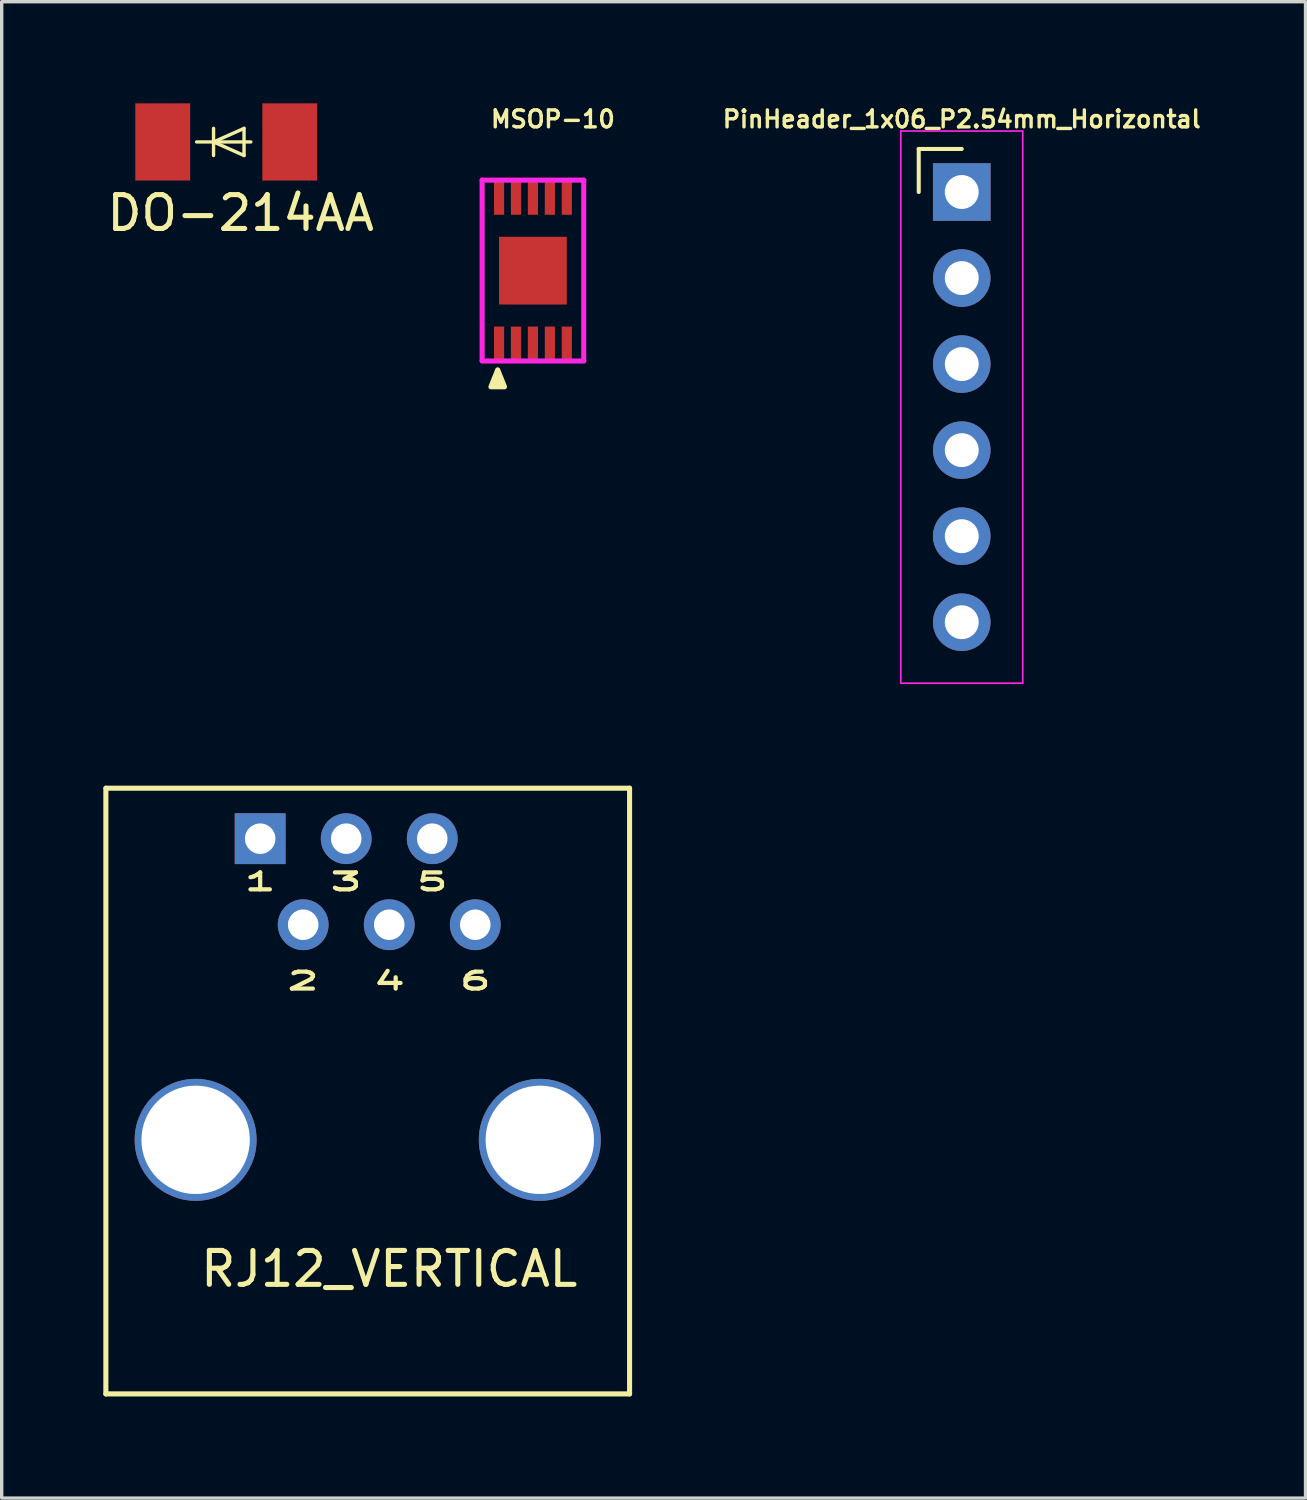
<source format=kicad_pcb>
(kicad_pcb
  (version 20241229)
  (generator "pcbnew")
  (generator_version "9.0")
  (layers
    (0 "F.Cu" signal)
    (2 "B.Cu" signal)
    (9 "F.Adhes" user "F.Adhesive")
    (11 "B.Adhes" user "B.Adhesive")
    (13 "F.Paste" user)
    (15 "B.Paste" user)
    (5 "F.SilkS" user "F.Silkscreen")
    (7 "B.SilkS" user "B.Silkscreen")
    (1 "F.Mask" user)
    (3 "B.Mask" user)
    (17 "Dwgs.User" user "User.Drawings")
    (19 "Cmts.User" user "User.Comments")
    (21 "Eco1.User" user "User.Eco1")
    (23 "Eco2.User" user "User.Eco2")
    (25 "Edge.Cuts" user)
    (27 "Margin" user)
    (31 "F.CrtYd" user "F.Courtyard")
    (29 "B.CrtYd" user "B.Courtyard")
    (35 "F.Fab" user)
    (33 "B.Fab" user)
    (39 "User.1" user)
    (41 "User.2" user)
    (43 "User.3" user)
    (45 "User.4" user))
  (footprint "RJ12_VERTICAL"
    (layer "F.Cu")
    (at 4.63 21.708)
    (property "Reference" "RJ12_VERTICAL" (at 3.81 12.7 0) (layer "F.SilkS") (effects (font (size 1 1) (thickness 0.15))))
    (attr through_hole)
    (fp_line (start -4.555 16.39) (end -4.555 -1.49) (stroke (width 0.15) (type solid)) (layer "F.SilkS"))
    (fp_line (start -4.555 16.39) (end 10.905 16.39) (stroke (width 0.15) (type solid)) (layer "F.SilkS"))
    (fp_line (start -4.55 -1.49) (end 10.905 -1.49) (stroke (width 0.15) (type solid)) (layer "F.SilkS"))
    (fp_line (start 10.905 16.39) (end 10.905 -1.49) (stroke (width 0.15) (type solid)) (layer "F.SilkS"))
    (fp_text user "5" (at 5.08 1.27 0) (layer "F.SilkS") (effects (font (size 0.5 1) (thickness 0.125))))
    (fp_text user "3" (at 2.54 1.27 0) (layer "F.SilkS") (effects (font (size 0.5 1) (thickness 0.125))))
    (fp_text user "6" (at 6.35 4.2 0) (layer "F.SilkS") (effects (font (size 0.5 1) (thickness 0.125))))
    (fp_text user "1" (at 0 1.27 0) (layer "F.SilkS") (effects (font (size 0.5 1) (thickness 0.125))))
    (fp_text user "4" (at 3.81 4.2 0) (layer "F.SilkS") (effects (font (size 0.5 1) (thickness 0.125))))
    (fp_text user "2" (at 1.27 4.2 0) (layer "F.SilkS") (effects (font (size 0.5 1) (thickness 0.125))))
    (pad "" thru_hole circle (at -1.905 8.89) (size 3.6 3.6) (drill 3.2) (layers "*.Cu" "*.Mask"))
    (pad "" thru_hole circle (at 8.255 8.89) (size 3.6 3.6) (drill 3.2) (layers "*.Cu" "*.Mask"))
    (pad "1" thru_hole rect (at 0 0) (size 1.5 1.5) (drill 0.9) (layers "*.Cu" "*.Mask"))
    (pad "2" thru_hole circle (at 1.27 2.54) (size 1.5 1.5) (drill 0.9) (layers "*.Cu" "*.Mask"))
    (pad "3" thru_hole circle (at 2.54 0) (size 1.5 1.5) (drill 0.9) (layers "*.Cu" "*.Mask"))
    (pad "4" thru_hole circle (at 3.81 2.54) (size 1.5 1.5) (drill 0.9) (layers "*.Cu" "*.Mask"))
    (pad "5" thru_hole circle (at 5.08 0) (size 1.5 1.5) (drill 0.9) (layers "*.Cu" "*.Mask"))
    (pad "6" thru_hole circle (at 6.35 2.54) (size 1.5 1.5) (drill 0.9) (layers "*.Cu" "*.Mask")))
  (footprint "MSOP-10"
    (layer "F.Cu")
    (at 13.842 2.268)
    (property "Reference" "MSOP-10" (at -0.57 -1.8 0) (layer "F.SilkS") (effects (font (size 0.5 0.5) (thickness 0.1))))
    (attr through_hole)
    (fp_poly (pts (xy -2.2 5.6) (xy -2.4 6.1) (xy -2 6.1)) (stroke (width 0.15) (type solid)) (fill yes) (layer "F.SilkS"))
    (fp_line (start -2.66 0) (end -2.66 5.33) (stroke (width 0.15) (type solid)) (layer "F.CrtYd"))
    (fp_line (start -2.66 0) (end 0.34 0) (stroke (width 0.15) (type solid)) (layer "F.CrtYd"))
    (fp_line (start -2.66 5.338) (end 0.34 5.338) (stroke (width 0.15) (type solid)) (layer "F.CrtYd"))
    (fp_line (start 0.34 0) (end 0.34 5.33) (stroke (width 0.15) (type solid)) (layer "F.CrtYd"))
    (pad "1" smd rect (at -2.16 4.83) (size 0.3 1.016) (layers "F.Cu" "F.Mask" "F.Paste"))
    (pad "2" smd rect (at -1.66 4.83) (size 0.3 1.016) (layers "F.Cu" "F.Mask" "F.Paste"))
    (pad "3" smd rect (at -1.16 4.83) (size 0.3 1.016) (layers "F.Cu" "F.Mask" "F.Paste"))
    (pad "4" smd rect (at -0.66 4.83) (size 0.3 1.016) (layers "F.Cu" "F.Mask" "F.Paste"))
    (pad "5" smd rect (at -0.16 4.83) (size 0.3 1.016) (layers "F.Cu" "F.Mask" "F.Paste"))
    (pad "6" smd rect (at -0.16 0.514) (size 0.3 1.016) (layers "F.Cu" "F.Mask" "F.Paste"))
    (pad "7" smd rect (at -0.66 0.514) (size 0.3 1.016) (layers "F.Cu" "F.Mask" "F.Paste"))
    (pad "8" smd rect (at -1.16 0.514) (size 0.3 1.016) (layers "F.Cu" "F.Mask" "F.Paste"))
    (pad "9" smd rect (at -1.66 0.514) (size 0.3 1.016) (layers "F.Cu" "F.Mask" "F.Paste"))
    (pad "10" smd rect (at -2.16 0.514) (size 0.3 1.016) (layers "F.Cu" "F.Mask" "F.Paste"))
    (pad "11" smd rect (at -1.16 2.672) (size 2 2) (layers "F.Cu" "F.Mask" "F.Paste")))
  (footprint "DO-214AA"
    (layer "F.Cu")
    (at 1.754 1.14)
    (property "Reference" "DO-214AA" (at 2.3 2.1 0) (layer "F.SilkS") (effects (font (size 1 1) (thickness 0.15))))
    (attr through_hole)
    (fp_line (start 1 0) (end 2.4 0) (stroke (width 0.1) (type solid)) (layer "F.SilkS"))
    (fp_line (start 1.5 -0.4) (end 1.5 0) (stroke (width 0.1) (type solid)) (layer "F.SilkS"))
    (fp_line (start 1.5 0) (end 1.5 0.4) (stroke (width 0.1) (type solid)) (layer "F.SilkS"))
    (fp_line (start 1.5 0) (end 2.4 0.4) (stroke (width 0.1) (type solid)) (layer "F.SilkS"))
    (fp_line (start 2.4 -0.4) (end 1.5 0) (stroke (width 0.1) (type solid)) (layer "F.SilkS"))
    (fp_line (start 2.4 0) (end 2.4 -0.4) (stroke (width 0.1) (type solid)) (layer "F.SilkS"))
    (fp_line (start 2.4 0) (end 2.6 0) (stroke (width 0.1) (type solid)) (layer "F.SilkS"))
    (fp_line (start 2.4 0.4) (end 2.4 0) (stroke (width 0.1) (type solid)) (layer "F.SilkS"))
    (pad "1" smd rect (at 0 0) (size 1.62 2.28) (layers "F.Cu" "F.Mask" "F.Paste"))
    (pad "2" smd rect (at 3.75 0) (size 1.62 2.28) (layers "F.Cu" "F.Mask" "F.Paste")))
  (footprint "PinHeader_1x06_P2.54mm_Horizontal"
    (layer "F.Cu")
    (at 25.341 2.618)
    (property "Reference" "PinHeader_1x06_P2.54mm_Horizontal" (at 0 -2.15 0) (layer "F.SilkS") (effects (font (size 0.5 0.5) (thickness 0.1))))
    (attr through_hole)
    (fp_line (start -1.27 -1.27) (end 0 -1.27) (stroke (width 0.12) (type solid)) (layer "F.SilkS"))
    (fp_line (start -1.27 0) (end -1.27 -1.27) (stroke (width 0.12) (type solid)) (layer "F.SilkS"))
    (fp_line (start -1.8 -1.8) (end -1.8 14.5) (stroke (width 0.05) (type solid)) (layer "F.CrtYd"))
    (fp_line (start -1.8 -1.8) (end 1.8 -1.8) (stroke (width 0.05) (type solid)) (layer "F.CrtYd"))
    (fp_line (start -1.8 14.5) (end 1.8 14.5) (stroke (width 0.05) (type solid)) (layer "F.CrtYd"))
    (fp_line (start 1.8 -1.8) (end 1.8 14.5) (stroke (width 0.05) (type solid)) (layer "F.CrtYd"))
    (fp_line (start -0.32 -0.32) (end -0.32 0.32) (stroke (width 0.1) (type solid)) (layer "F.Fab"))
    (fp_line (start -0.32 2.22) (end -0.32 2.86) (stroke (width 0.1) (type solid)) (layer "F.Fab"))
    (fp_line (start -0.32 4.76) (end -0.32 5.4) (stroke (width 0.1) (type solid)) (layer "F.Fab"))
    (fp_line (start -0.32 7.3) (end -0.32 7.94) (stroke (width 0.1) (type solid)) (layer "F.Fab"))
    (fp_line (start -0.32 9.84) (end -0.32 10.48) (stroke (width 0.1) (type solid)) (layer "F.Fab"))
    (fp_line (start -0.32 12.38) (end -0.32 13.02) (stroke (width 0.1) (type solid)) (layer "F.Fab"))
    (pad "1" thru_hole rect (at 0 0) (size 1.7 1.7) (drill 1) (layers "*.Cu" "*.Mask"))
    (pad "2" thru_hole oval (at 0 2.54) (size 1.7 1.7) (drill 1) (layers "*.Cu" "*.Mask"))
    (pad "3" thru_hole oval (at 0 5.08) (size 1.7 1.7) (drill 1) (layers "*.Cu" "*.Mask"))
    (pad "4" thru_hole oval (at 0 7.62) (size 1.7 1.7) (drill 1) (layers "*.Cu" "*.Mask"))
    (pad "5" thru_hole oval (at 0 10.16) (size 1.7 1.7) (drill 1) (layers "*.Cu" "*.Mask"))
    (pad "6" thru_hole oval (at 0 12.7) (size 1.7 1.7) (drill 1) (layers "*.Cu" "*.Mask")))
  (gr_rect
    (start -3 -3)
    (end 35.489 41.173)
    (stroke (width 0.1) (type default))
    (fill no)
    (layer "Edge.Cuts")))
</source>
